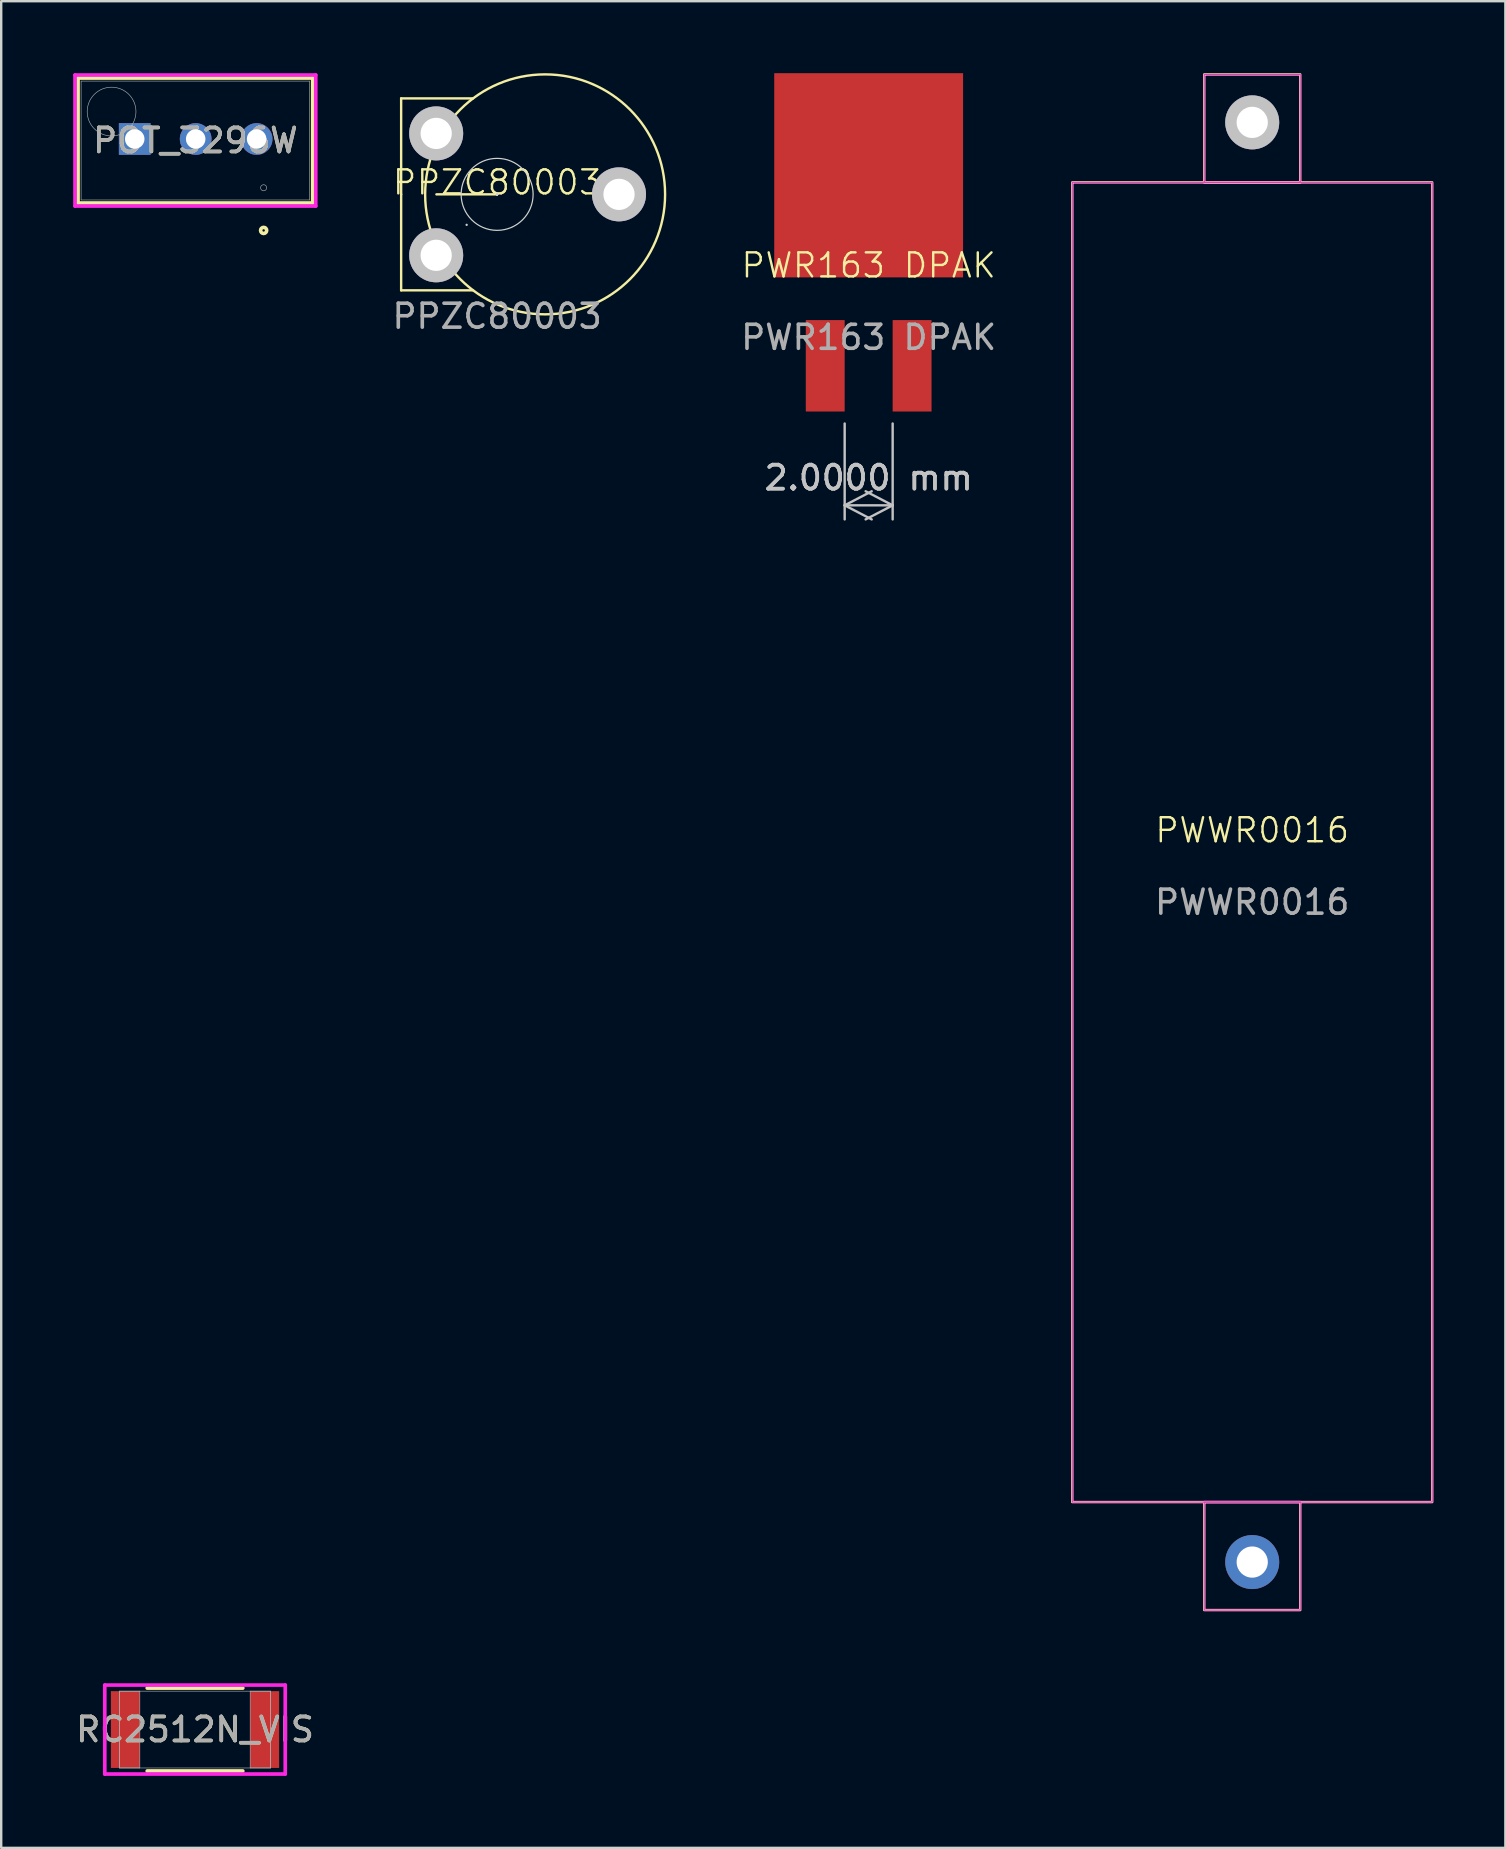
<source format=kicad_pcb>
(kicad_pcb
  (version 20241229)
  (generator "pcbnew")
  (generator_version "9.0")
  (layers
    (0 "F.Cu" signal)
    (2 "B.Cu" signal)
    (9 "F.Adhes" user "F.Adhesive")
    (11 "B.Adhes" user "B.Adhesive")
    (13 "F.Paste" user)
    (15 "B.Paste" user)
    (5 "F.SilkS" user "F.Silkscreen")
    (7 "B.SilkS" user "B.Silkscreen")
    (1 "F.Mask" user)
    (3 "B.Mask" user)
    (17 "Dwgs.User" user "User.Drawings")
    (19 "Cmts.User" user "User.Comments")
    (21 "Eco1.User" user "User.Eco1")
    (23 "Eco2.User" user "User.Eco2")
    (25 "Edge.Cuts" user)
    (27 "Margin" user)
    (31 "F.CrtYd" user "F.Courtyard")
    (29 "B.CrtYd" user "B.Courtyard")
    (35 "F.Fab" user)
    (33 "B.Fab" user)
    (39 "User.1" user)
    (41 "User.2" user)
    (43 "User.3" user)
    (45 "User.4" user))
  (footprint "PWWR0016"
    (layer "F.Cu")
    (at 49.137 32.05)
    (property "Reference" "PWWR0016" (at 0 -0.5 0) (unlocked yes) (layer "F.SilkS") (effects (font (size 1 1) (thickness 0.1))))
    (attr through_hole)
    (fp_rect (start -7.5 -27.5) (end 7.5 27.5) (stroke (width 0.1) (type default)) (fill no) (layer "F.SilkS"))
    (fp_rect (start -2 -32) (end 2 -27.5) (stroke (width 0.1) (type default)) (fill no) (layer "F.SilkS"))
    (fp_rect (start -2 27.5) (end 2 32) (stroke (width 0.1) (type default)) (fill no) (layer "F.SilkS"))
    (fp_rect (start -7.5 -27.5) (end 7.5 27.5) (stroke (width 0.05) (type default)) (fill no) (layer "F.CrtYd"))
    (fp_rect (start -2 -32) (end 2 -27.5) (stroke (width 0.05) (type default)) (fill no) (layer "F.CrtYd"))
    (fp_rect (start 2 32) (end -2 27.5) (stroke (width 0.05) (type default)) (fill no) (layer "F.CrtYd"))
    (fp_text user "${REFERENCE}" (at 0 2.5 0) (unlocked yes) (layer "F.Fab") (effects (font (size 1 1) (thickness 0.15))))
    (pad "1" thru_hole circle (at 0 -30) (size 2.25 2.25) (drill 1.3) (layers "*.Cu" "*.Mask" "Dwgs.User"))
    (pad "2" thru_hole circle (at 0 30) (size 2.25 2.25) (drill 1.3) (layers "*.Cu" "*.Mask")))
  (footprint "RC2512N_VIS"
    (layer "F.Cu")
    (at 5.077 69.03)
    (property "Reference" "RC2512N_VIS" (at 0 0 0) (unlocked yes) (layer "F.SilkS") (effects (font (size 1 1) (thickness 0.15))))
    (attr smd)
    (fp_line (start -1.992 1.727) (end 1.992 1.727) (stroke (width 0.152) (type solid)) (layer "F.SilkS"))
    (fp_line (start 1.992 -1.727) (end -1.992 -1.727) (stroke (width 0.152) (type solid)) (layer "F.SilkS"))
    (fp_line (start -3.76 -1.854) (end 3.76 -1.854) (stroke (width 0.152) (type solid)) (layer "F.CrtYd"))
    (fp_line (start -3.76 1.854) (end -3.76 -1.854) (stroke (width 0.152) (type solid)) (layer "F.CrtYd"))
    (fp_line (start 3.76 -1.854) (end 3.76 1.854) (stroke (width 0.152) (type solid)) (layer "F.CrtYd"))
    (fp_line (start 3.76 1.854) (end -3.76 1.854) (stroke (width 0.152) (type solid)) (layer "F.CrtYd"))
    (fp_line (start -3.15 -1.6) (end -3.15 1.6) (stroke (width 0.025) (type solid)) (layer "F.Fab"))
    (fp_line (start -3.15 -1.6) (end -3.15 1.6) (stroke (width 0.025) (type solid)) (layer "F.Fab"))
    (fp_line (start -3.15 1.6) (end -2.3 1.6) (stroke (width 0.025) (type solid)) (layer "F.Fab"))
    (fp_line (start -3.15 1.6) (end 3.15 1.6) (stroke (width 0.025) (type solid)) (layer "F.Fab"))
    (fp_line (start -2.3 -1.6) (end -3.15 -1.6) (stroke (width 0.025) (type solid)) (layer "F.Fab"))
    (fp_line (start -2.3 1.6) (end -2.3 -1.6) (stroke (width 0.025) (type solid)) (layer "F.Fab"))
    (fp_line (start 2.3 -1.6) (end 2.3 1.6) (stroke (width 0.025) (type solid)) (layer "F.Fab"))
    (fp_line (start 2.3 1.6) (end 3.15 1.6) (stroke (width 0.025) (type solid)) (layer "F.Fab"))
    (fp_line (start 3.15 -1.6) (end -3.15 -1.6) (stroke (width 0.025) (type solid)) (layer "F.Fab"))
    (fp_line (start 3.15 -1.6) (end 2.3 -1.6) (stroke (width 0.025) (type solid)) (layer "F.Fab"))
    (fp_line (start 3.15 1.6) (end 3.15 -1.6) (stroke (width 0.025) (type solid)) (layer "F.Fab"))
    (fp_line (start 3.15 1.6) (end 3.15 -1.6) (stroke (width 0.025) (type solid)) (layer "F.Fab"))
    (fp_text user "${REFERENCE}" (at 0 0 0) (unlocked yes) (layer "F.Fab") (effects (font (size 1 1) (thickness 0.15))))
    (pad "1" smd rect (at -2.903 0) (size 1.206 3.2) (layers "F.Cu" "F.Mask" "F.Paste"))
    (pad "2" smd rect (at 2.903 0) (size 1.206 3.2) (layers "F.Cu" "F.Mask" "F.Paste"))
    (zone (net_name "") (layer "F.Cu") (hatch full 0.508) (connect_pads) (min_thickness 0.254) (filled_areas_thickness no) (keepout (tracks not_allowed) (vias not_allowed) (pads allowed) (copperpour not_allowed) (footprints allowed)) (placement (enabled no)) (fill) (polygon (pts (xy 2.828 67.481) (xy 7.327 67.481) (xy 7.327 70.579) (xy 2.828 70.579)))))
  (footprint "POT_3296W"
    (layer "F.Cu")
    (at 2.565 2.743)
    (property "Reference" "POT_3296W" (at 2.527 0.064 0) (unlocked yes) (layer "F.SilkS") (effects (font (size 1 1) (thickness 0.15))))
    (attr through_hole)
    (fp_line (start -2.362 -2.54) (end -2.362 2.667) (stroke (width 0.152) (type solid)) (layer "F.SilkS"))
    (fp_line (start -2.362 2.667) (end 7.417 2.667) (stroke (width 0.152) (type solid)) (layer "F.SilkS"))
    (fp_line (start 7.417 -2.54) (end -2.362 -2.54) (stroke (width 0.152) (type solid)) (layer "F.SilkS"))
    (fp_line (start 7.417 2.667) (end 7.417 -2.54) (stroke (width 0.152) (type solid)) (layer "F.SilkS"))
    (fp_circle (center 5.372 3.81) (end 5.499 3.81) (stroke (width 0.152) (type solid)) (fill no) (layer "F.SilkS"))
    (fp_line (start -2.489 -2.667) (end 7.544 -2.667) (stroke (width 0.152) (type solid)) (layer "F.CrtYd"))
    (fp_line (start -2.489 2.794) (end -2.489 -2.667) (stroke (width 0.152) (type solid)) (layer "F.CrtYd"))
    (fp_line (start 7.544 -2.667) (end 7.544 2.794) (stroke (width 0.152) (type solid)) (layer "F.CrtYd"))
    (fp_line (start 7.544 2.794) (end -2.489 2.794) (stroke (width 0.152) (type solid)) (layer "F.CrtYd"))
    (fp_line (start -2.235 -2.413) (end -2.235 2.54) (stroke (width 0.025) (type solid)) (layer "F.Fab"))
    (fp_line (start -2.235 2.54) (end 7.29 2.54) (stroke (width 0.025) (type solid)) (layer "F.Fab"))
    (fp_line (start 7.29 -2.413) (end -2.235 -2.413) (stroke (width 0.025) (type solid)) (layer "F.Fab"))
    (fp_line (start 7.29 2.54) (end 7.29 -2.413) (stroke (width 0.025) (type solid)) (layer "F.Fab"))
    (fp_circle (center -0.965 -1.143) (end 0.051 -1.143) (stroke (width 0.025) (type solid)) (fill no) (layer "F.Fab"))
    (fp_circle (center 5.372 2.032) (end 5.499 2.032) (stroke (width 0.025) (type solid)) (fill no) (layer "F.Fab"))
    (fp_text user "${REFERENCE}" (at 2.527 0.064 0) (unlocked yes) (layer "F.Fab") (effects (font (size 1 1) (thickness 0.15))))
    (pad "1" thru_hole circle (at 5.08 0) (size 1.321 1.321) (drill 0.813) (layers "*.Cu" "*.Mask"))
    (pad "2" thru_hole circle (at 2.54 0) (size 1.321 1.321) (drill 0.813) (layers "*.Cu" "*.Mask"))
    (pad "3" thru_hole rect (at 0 0) (size 1.321 1.321) (drill 0.813) (layers "*.Cu" "*.Mask")))
  (footprint "PWR163 DPAK"
    (layer "F.Cu")
    (at 33.152 8.51)
    (property "Reference" "PWR163 DPAK" (at 0 -0.5 0) (unlocked yes) (layer "F.SilkS") (effects (font (size 1 1) (thickness 0.1))))
    (attr smd)
    (fp_text user "${REFERENCE}" (at 0 2.5 0) (unlocked yes) (layer "F.Fab") (effects (font (size 1 1) (thickness 0.15))))
    (dimension (type aligned) (layer "Dwgs.User") (pts (xy 32.152 14.1) (xy 34.152 14.1)) (height 3.91) (format (prefix "") (suffix "") (units 3) (units_format 1) (precision 4)) (style (thickness 0.1) (arrow_length 1.27) (text_position_mode 0) (arrow_direction outward) (extension_height 0.586) (extension_offset 0.5) (keep_text_aligned yes)) (gr_text "2.0000 mm" (at 33.152 16.86 0) (layer "Dwgs.User") (effects (font (size 1 1) (thickness 0.15)))))
    (pad "1" smd rect (at -1.81 3.685) (size 1.62 3.81) (layers "F.Cu" "F.Mask" "F.Paste"))
    (pad "2" smd rect (at 1.81 3.685) (size 1.62 3.81) (layers "F.Cu" "F.Mask" "F.Paste"))
    (pad "3" smd rect (at 0 -4.255) (size 7.87 8.51) (layers "F.Cu" "F.Mask" "F.Paste")))
  (footprint "PPZC80003"
    (layer "F.Cu")
    (at 17.668 5.05)
    (property "Reference" "PPZC80003" (at 0 -0.5 0) (unlocked yes) (layer "F.SilkS") (effects (font (size 1 1) (thickness 0.1))))
    (attr through_hole)
    (fp_line (start -4 -4) (end -1 -4) (stroke (width 0.1) (type default)) (layer "F.SilkS"))
    (fp_line (start -4 0) (end -4 -4) (stroke (width 0.1) (type default)) (layer "F.SilkS"))
    (fp_line (start -4 0) (end -4 4) (stroke (width 0.1) (type default)) (layer "F.SilkS"))
    (fp_line (start -4 4) (end -1 4) (stroke (width 0.1) (type default)) (layer "F.SilkS"))
    (fp_line (start 0 0) (end -2.53 0) (stroke (width 0.1) (type default)) (layer "F.SilkS"))
    (fp_circle (center 2 0) (end 7 0) (stroke (width 0.1) (type default)) (fill no) (layer "F.SilkS"))
    (fp_circle (center -1.27 1.27) (end -1.27 1.27) (stroke (width 0.05) (type default)) (fill no) (layer "Edge.Cuts"))
    (fp_circle (center 0 0) (end 0 0) (stroke (width 0.05) (type default)) (fill no) (layer "Edge.Cuts"))
    (fp_circle (center 0 0) (end 0 0) (stroke (width 0.05) (type default)) (fill no) (layer "Edge.Cuts"))
    (fp_circle (center 0 0) (end 0 0) (stroke (width 0.05) (type default)) (fill no) (layer "Edge.Cuts"))
    (fp_circle (center 0 0) (end 0 0) (stroke (width 0.05) (type default)) (fill no) (layer "Edge.Cuts"))
    (fp_circle (center 0 0) (end 0 0) (stroke (width 0.05) (type default)) (fill no) (layer "Edge.Cuts"))
    (fp_circle (center 0 0) (end 0 0) (stroke (width 0.05) (type default)) (fill no) (layer "Edge.Cuts"))
    (fp_circle (center 0 0) (end 1.5 0) (stroke (width 0.05) (type default)) (fill no) (layer "Edge.Cuts"))
    (fp_text user "${REFERENCE}" (at 0 5.08 0) (unlocked yes) (layer "F.Fab") (effects (font (size 1 1) (thickness 0.15))))
    (pad "1" thru_hole circle (at -2.54 -2.54) (size 2.25 2.25) (drill 1.3) (layers "*.Cu" "*.Mask" "Dwgs.User"))
    (pad "1" thru_hole circle (at -2.54 2.54) (size 2.25 2.25) (drill 1.3) (layers "*.Cu" "*.Mask" "Dwgs.User"))
    (pad "2" thru_hole circle (at 5.08 0) (size 2.25 2.25) (drill 1.3) (layers "*.Cu" "*.Mask" "Dwgs.User")))
  (gr_rect
    (start -3 -3)
    (end 59.687 73.96)
    (stroke (width 0.1) (type default))
    (fill no)
    (layer "Edge.Cuts")))
</source>
